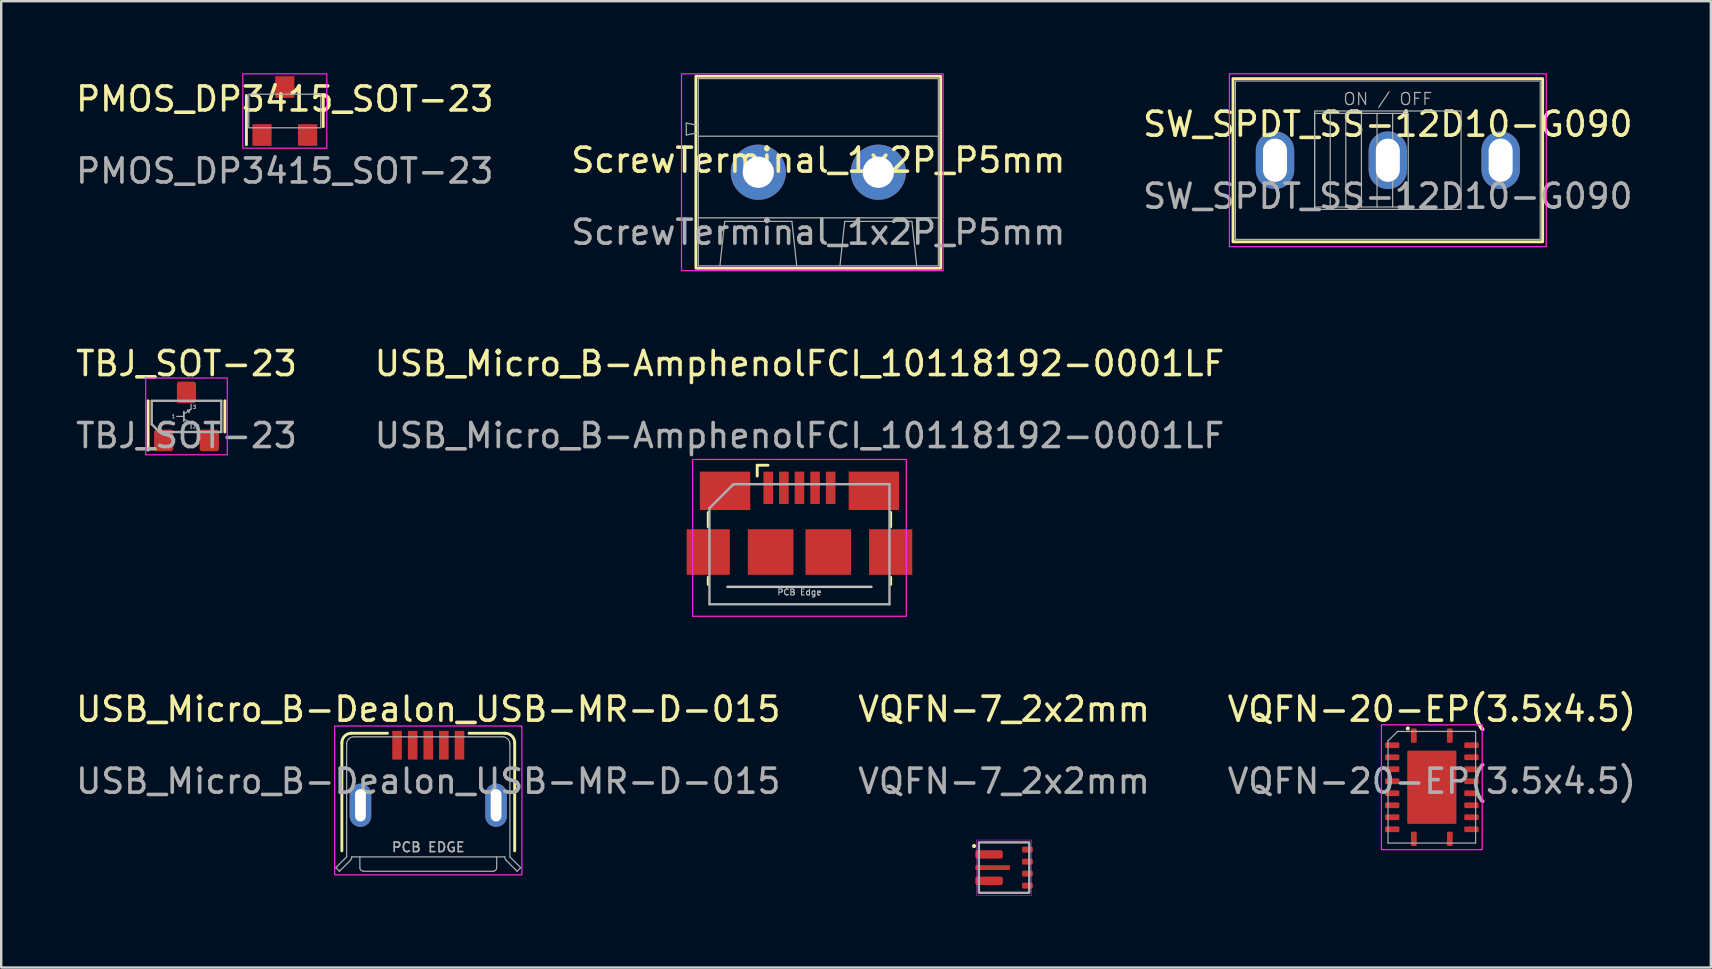
<source format=kicad_pcb>
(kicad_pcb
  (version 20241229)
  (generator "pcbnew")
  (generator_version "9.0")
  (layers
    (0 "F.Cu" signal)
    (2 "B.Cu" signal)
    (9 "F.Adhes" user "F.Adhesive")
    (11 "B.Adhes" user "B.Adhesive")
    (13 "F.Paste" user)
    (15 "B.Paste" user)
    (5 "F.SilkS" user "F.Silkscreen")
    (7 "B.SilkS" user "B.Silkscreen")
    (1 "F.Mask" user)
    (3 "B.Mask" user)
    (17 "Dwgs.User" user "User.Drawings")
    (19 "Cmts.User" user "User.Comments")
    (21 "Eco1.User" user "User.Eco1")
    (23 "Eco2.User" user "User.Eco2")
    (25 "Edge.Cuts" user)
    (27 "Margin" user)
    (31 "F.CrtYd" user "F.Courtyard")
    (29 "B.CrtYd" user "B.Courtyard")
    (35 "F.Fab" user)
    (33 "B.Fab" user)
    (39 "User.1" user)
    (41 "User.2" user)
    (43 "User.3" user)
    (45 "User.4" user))
  (footprint "USB_Micro_B-Dealon_USB-MR-D-015"
    (layer "F.Cu")
    (at 14.792 27.997)
    (property "Reference" "USB_Micro_B-Dealon_USB-MR-D-015" (at 0 -1.5 0) (unlocked yes) (layer "F.SilkS") (effects (font (size 1 1) (thickness 0.15))))
    (attr smd)
    (fp_line (start -3.6 -0.1) (end -3.6 4.4) (stroke (width 0.12) (type solid)) (layer "F.SilkS"))
    (fp_line (start -1.7 -0.5) (end -3.2 -0.5) (stroke (width 0.12) (type solid)) (layer "F.SilkS"))
    (fp_line (start 1.7 -0.5) (end 3.2 -0.5) (stroke (width 0.12) (type solid)) (layer "F.SilkS"))
    (fp_line (start 3.6 -0.1) (end 3.6 4.4) (stroke (width 0.12) (type solid)) (layer "F.SilkS"))
    (fp_arc (start -3.6 -0.1) (mid -3.482843 -0.382843) (end -3.2 -0.5) (stroke (width 0.12) (type solid)) (layer "F.SilkS"))
    (fp_arc (start 3.2 -0.5) (mid 3.482843 -0.382843) (end 3.6 -0.1) (stroke (width 0.12) (type solid)) (layer "F.SilkS"))
    (fp_rect (start -3.9 -0.8) (end 3.9 5.4) (stroke (width 0.05) (type solid)) (fill no) (layer "F.CrtYd"))
    (fp_line (start -3.7 5.25) (end -3.85 5.1) (stroke (width 0.05) (type solid)) (layer "F.Fab"))
    (fp_line (start -3.7 5.25) (end -3.25 4.8) (stroke (width 0.05) (type solid)) (layer "F.Fab"))
    (fp_line (start -3.4 -0.05) (end -3.4 4.65) (stroke (width 0.05) (type solid)) (layer "F.Fab"))
    (fp_line (start -3.4 4.65) (end -3.85 5.1) (stroke (width 0.05) (type solid)) (layer "F.Fab"))
    (fp_line (start -3.188 4.65) (end 3.188 4.65) (stroke (width 0.05) (type solid)) (layer "F.Fab"))
    (fp_line (start -3.1 -0.35) (end 3.1 -0.35) (stroke (width 0.05) (type solid)) (layer "F.Fab"))
    (fp_line (start -2.85 5.1) (end -2.85 4.65) (stroke (width 0.05) (type solid)) (layer "F.Fab"))
    (fp_line (start -2.7 5.25) (end 2.7 5.25) (stroke (width 0.05) (type solid)) (layer "F.Fab"))
    (fp_line (start 2.85 5.1) (end 2.85 4.65) (stroke (width 0.05) (type solid)) (layer "F.Fab"))
    (fp_line (start 3.4 -0.05) (end 3.4 4.65) (stroke (width 0.05) (type solid)) (layer "F.Fab"))
    (fp_line (start 3.4 4.65) (end 3.85 5.1) (stroke (width 0.05) (type solid)) (layer "F.Fab"))
    (fp_line (start 3.7 5.25) (end 3.25 4.8) (stroke (width 0.05) (type solid)) (layer "F.Fab"))
    (fp_line (start 3.7 5.25) (end 3.85 5.1) (stroke (width 0.05) (type solid)) (layer "F.Fab"))
    (fp_arc (start -3.4 -0.05) (mid -3.312132 -0.262132) (end -3.1 -0.35) (stroke (width 0.05) (type solid)) (layer "F.Fab"))
    (fp_arc (start -3.187861 4.649997) (mid -3.204009 4.73118) (end -3.249995 4.800005) (stroke (width 0.05) (type solid)) (layer "F.Fab"))
    (fp_arc (start -2.7 5.25) (mid -2.806066 5.206066) (end -2.85 5.1) (stroke (width 0.05) (type solid)) (layer "F.Fab"))
    (fp_arc (start 2.85 5.1) (mid 2.806066 5.206066) (end 2.7 5.25) (stroke (width 0.05) (type solid)) (layer "F.Fab"))
    (fp_arc (start 3.1 -0.35) (mid 3.312132 -0.262132) (end 3.4 -0.05) (stroke (width 0.05) (type solid)) (layer "F.Fab"))
    (fp_arc (start 3.25 4.8) (mid 3.204016 4.731179) (end 3.187868 4.65) (stroke (width 0.05) (type solid)) (layer "F.Fab"))
    (fp_text user "${REFERENCE}" (at 0 1.5 0) (unlocked yes) (layer "F.Fab") (effects (font (size 1 1) (thickness 0.15))))
    (fp_text user "PCB EDGE" (at 0 4.25 0) (unlocked yes) (layer "F.Fab") (effects (font (size 0.4 0.4) (thickness 0.07))))
    (pad "" np_thru_hole oval (at -2.825 2.5) (size 0.9 1.8) (drill oval 0.45 1.35) (layers "*.Cu" "*.Mask"))
    (pad "" np_thru_hole oval (at 2.825 2.5) (size 0.9 1.8) (drill oval 0.45 1.35) (layers "*.Cu" "*.Mask"))
    (pad "1" smd rect (at -1.3 0) (size 0.4 1.2) (layers "F.Cu" "F.Mask" "F.Paste"))
    (pad "2" smd rect (at -0.65 0) (size 0.4 1.2) (layers "F.Cu" "F.Mask" "F.Paste"))
    (pad "3" smd rect (at 0 0) (size 0.4 1.2) (layers "F.Cu" "F.Mask" "F.Paste"))
    (pad "4" smd rect (at 0.65 0) (size 0.4 1.2) (layers "F.Cu" "F.Mask" "F.Paste"))
    (pad "5" smd rect (at 1.3 0) (size 0.4 1.2) (layers "F.Cu" "F.Mask" "F.Paste")))
  (footprint "TBJ_SOT-23"
    (layer "F.Cu")
    (at 4.72 15.298)
    (property "Reference" "TBJ_SOT-23" (at 0 -3.2 0) (unlocked yes) (layer "F.SilkS") (effects (font (size 1 1) (thickness 0.15))))
    (attr smd)
    (fp_line (start -1.6 -1.65) (end -1.6 0.4) (stroke (width 0.12) (type solid)) (layer "F.SilkS"))
    (fp_line (start 1.6 -1.65) (end 1.6 -0.35) (stroke (width 0.12) (type solid)) (layer "F.SilkS"))
    (fp_rect (start -1.7 -2.6) (end 1.7 0.6) (stroke (width 0.05) (type solid)) (fill no) (layer "F.CrtYd"))
    (fp_line (start -1.45 -1.65) (end 1.45 -1.65) (stroke (width 0.1) (type solid)) (layer "F.Fab"))
    (fp_line (start -1.45 -0.675) (end -1.45 -1.65) (stroke (width 0.1) (type solid)) (layer "F.Fab"))
    (fp_line (start -1.125 -0.35) (end -1.45 -0.675) (stroke (width 0.1) (type solid)) (layer "F.Fab"))
    (fp_line (start -0.11 -1.2) (end -0.11 -0.8) (stroke (width 0.07) (type solid)) (layer "F.Fab"))
    (fp_line (start -0.11 -1.1) (end 0.19 -1.3) (stroke (width 0.05) (type solid)) (layer "F.Fab"))
    (fp_line (start -0.11 -1) (end -0.41 -1) (stroke (width 0.05) (type solid)) (layer "F.Fab"))
    (fp_line (start -0.11 -0.9) (end 0.19 -0.7) (stroke (width 0.05) (type solid)) (layer "F.Fab"))
    (fp_line (start 0.04 -1.26) (end 0.1 -1.175) (stroke (width 0.05) (type solid)) (layer "F.Fab"))
    (fp_line (start 0.1 -1.175) (end 0.13 -1.26) (stroke (width 0.05) (type solid)) (layer "F.Fab"))
    (fp_line (start 0.13 -1.26) (end 0.04 -1.26) (stroke (width 0.05) (type solid)) (layer "F.Fab"))
    (fp_line (start 0.19 -1.3) (end 0.19 -1.51) (stroke (width 0.05) (type solid)) (layer "F.Fab"))
    (fp_line (start 0.19 -0.7) (end 0.19 -0.49) (stroke (width 0.05) (type solid)) (layer "F.Fab"))
    (fp_line (start 1.45 -1.65) (end 1.45 -0.35) (stroke (width 0.1) (type solid)) (layer "F.Fab"))
    (fp_line (start 1.45 -0.35) (end -1.125 -0.35) (stroke (width 0.1) (type solid)) (layer "F.Fab"))
    (fp_text user "1" (at -0.54 -1 0) (unlocked yes) (layer "F.Fab") (effects (font (size 0.15 0.15) (thickness 0.03))))
    (fp_text user "3" (at 0.33 -1.39 0) (unlocked yes) (layer "F.Fab") (effects (font (size 0.15 0.15) (thickness 0.03))))
    (fp_text user "2" (at 0.33 -0.58 0) (unlocked yes) (layer "F.Fab") (effects (font (size 0.15 0.15) (thickness 0.03))))
    (fp_text user "${REFERENCE}" (at 0 -0.2 0) (unlocked yes) (layer "F.Fab") (effects (font (size 1 1) (thickness 0.15))))
    (pad "1" smd roundrect (at -0.95 0) (size 0.8 0.9) (layers "F.Cu" "F.Mask" "F.Paste") (roundrect_rratio 0.125))
    (pad "2" smd roundrect (at 0.95 0) (size 0.8 0.9) (layers "F.Cu" "F.Mask" "F.Paste") (roundrect_rratio 0.125))
    (pad "3" smd roundrect (at 0 -2) (size 0.8 0.9) (layers "F.Cu" "F.Mask" "F.Paste") (roundrect_rratio 0.125)))
  (footprint "VQFN-20-EP(3.5x4.5)"
    (layer "F.Cu")
    (at 56.601 29.747)
    (property "Reference" "VQFN-20-EP(3.5x4.5)" (at 0 -3.25 0) (unlocked yes) (layer "F.SilkS") (effects (font (size 1 1) (thickness 0.15))))
    (attr smd)
    (fp_circle (center -1 -2.45) (end -0.975 -2.45) (stroke (width 0.12) (type solid)) (fill yes) (layer "F.SilkS"))
    (fp_rect (start 2.1 2.6) (end -2.1 -2.6) (stroke (width 0.05) (type solid)) (fill no) (layer "F.CrtYd"))
    (fp_line (start -1.825 -1.93) (end -1.825 2.325) (stroke (width 0.05) (type solid)) (layer "F.Fab"))
    (fp_line (start -1.825 -1.93) (end -1.43 -2.325) (stroke (width 0.05) (type solid)) (layer "F.Fab"))
    (fp_line (start -1.825 2.325) (end 1.825 2.325) (stroke (width 0.05) (type solid)) (layer "F.Fab"))
    (fp_line (start 1.825 -2.325) (end -1.43 -2.325) (stroke (width 0.05) (type solid)) (layer "F.Fab"))
    (fp_line (start 1.825 2.325) (end 1.825 -2.325) (stroke (width 0.05) (type solid)) (layer "F.Fab"))
    (fp_text user "${REFERENCE}" (at 0 -0.25 0) (unlocked yes) (layer "F.Fab") (effects (font (size 1 1) (thickness 0.15))))
    (pad "1" smd roundrect (at -0.75 -2.15) (size 0.24 0.6) (layers "F.Cu" "F.Mask" "F.Paste") (roundrect_rratio 0.208))
    (pad "2" smd roundrect (at -1.65 -1.75) (size 0.6 0.24) (layers "F.Cu" "F.Mask" "F.Paste") (roundrect_rratio 0.208))
    (pad "3" smd roundrect (at -1.65 -1.25) (size 0.6 0.24) (layers "F.Cu" "F.Mask" "F.Paste") (roundrect_rratio 0.208))
    (pad "4" smd roundrect (at -1.65 -0.75) (size 0.6 0.24) (layers "F.Cu" "F.Mask" "F.Paste") (roundrect_rratio 0.208))
    (pad "5" smd roundrect (at -1.65 -0.25) (size 0.6 0.24) (layers "F.Cu" "F.Mask" "F.Paste") (roundrect_rratio 0.208))
    (pad "6" smd roundrect (at -1.65 0.25) (size 0.6 0.24) (layers "F.Cu" "F.Mask" "F.Paste") (roundrect_rratio 0.208))
    (pad "7" smd roundrect (at -1.65 0.75) (size 0.6 0.24) (layers "F.Cu" "F.Mask" "F.Paste") (roundrect_rratio 0.208))
    (pad "8" smd roundrect (at -1.65 1.25) (size 0.6 0.24) (layers "F.Cu" "F.Mask" "F.Paste") (roundrect_rratio 0.208))
    (pad "9" smd roundrect (at -1.65 1.75) (size 0.6 0.24) (layers "F.Cu" "F.Mask" "F.Paste") (roundrect_rratio 0.208))
    (pad "10" smd roundrect (at -0.75 2.15) (size 0.24 0.6) (layers "F.Cu" "F.Mask" "F.Paste") (roundrect_rratio 0.208))
    (pad "11" smd roundrect (at 0.75 2.15) (size 0.24 0.6) (layers "F.Cu" "F.Mask" "F.Paste") (roundrect_rratio 0.208))
    (pad "12" smd roundrect (at 1.65 1.75) (size 0.6 0.24) (layers "F.Cu" "F.Mask" "F.Paste") (roundrect_rratio 0.208))
    (pad "13" smd roundrect (at 1.65 1.25) (size 0.6 0.24) (layers "F.Cu" "F.Mask" "F.Paste") (roundrect_rratio 0.208))
    (pad "14" smd roundrect (at 1.65 0.75) (size 0.6 0.24) (layers "F.Cu" "F.Mask" "F.Paste") (roundrect_rratio 0.208))
    (pad "15" smd roundrect (at 1.65 0.25) (size 0.6 0.24) (layers "F.Cu" "F.Mask" "F.Paste") (roundrect_rratio 0.208))
    (pad "16" smd roundrect (at 1.65 -0.25) (size 0.6 0.24) (layers "F.Cu" "F.Mask" "F.Paste") (roundrect_rratio 0.208))
    (pad "17" smd roundrect (at 1.65 -0.75) (size 0.6 0.24) (layers "F.Cu" "F.Mask" "F.Paste") (roundrect_rratio 0.208))
    (pad "18" smd roundrect (at 1.65 -1.25) (size 0.6 0.24) (layers "F.Cu" "F.Mask" "F.Paste") (roundrect_rratio 0.208))
    (pad "19" smd roundrect (at 1.65 -1.75) (size 0.6 0.24) (layers "F.Cu" "F.Mask" "F.Paste") (roundrect_rratio 0.208))
    (pad "20" smd roundrect (at 0.75 -2.15) (size 0.24 0.6) (layers "F.Cu" "F.Mask" "F.Paste") (roundrect_rratio 0.208))
    (pad "21" smd roundrect (at 0 0) (size 2.05 3.05) (layers "F.Cu" "F.Mask" "F.Paste") (roundrect_rratio 0.024)))
  (footprint "ScrewTerminal_1x2P_P5mm"
    (layer "F.Cu")
    (at 31.042 4.125)
    (property "Reference" "ScrewTerminal_1x2P_P5mm" (at 0 -0.5 0) (unlocked yes) (layer "F.SilkS") (effects (font (size 1 1) (thickness 0.15))))
    (attr through_hole)
    (fp_rect (start 5.1 4) (end -5.1 -4) (stroke (width 0.12) (type solid)) (fill no) (layer "F.SilkS"))
    (fp_rect (start 5.2 4.1) (end -5.7 -4.1) (stroke (width 0.05) (type solid)) (fill no) (layer "F.CrtYd"))
    (fp_line (start -5.5 -2.05) (end -5 -1.95) (stroke (width 0.05) (type solid)) (layer "F.Fab"))
    (fp_line (start -5.5 -1.55) (end -5.5 -2.05) (stroke (width 0.05) (type solid)) (layer "F.Fab"))
    (fp_line (start -5.5 -1.55) (end -5 -1.65) (stroke (width 0.05) (type solid)) (layer "F.Fab"))
    (fp_line (start -5 -1.5) (end 5 -1.5) (stroke (width 0.05) (type solid)) (layer "F.Fab"))
    (fp_line (start -5 1.9) (end 5 1.9) (stroke (width 0.05) (type solid)) (layer "F.Fab"))
    (fp_line (start -4.1 3.9) (end -3.9 2.05) (stroke (width 0.05) (type solid)) (layer "F.Fab"))
    (fp_line (start -3.9 2.05) (end -1.1 2.05) (stroke (width 0.05) (type solid)) (layer "F.Fab"))
    (fp_line (start -1.1 2.05) (end -0.9 3.9) (stroke (width 0.05) (type solid)) (layer "F.Fab"))
    (fp_line (start 0.9 3.9) (end 1.1 2.05) (stroke (width 0.05) (type solid)) (layer "F.Fab"))
    (fp_line (start 1.1 2.05) (end 3.9 2.05) (stroke (width 0.05) (type solid)) (layer "F.Fab"))
    (fp_line (start 3.9 2.05) (end 4.1 3.9) (stroke (width 0.05) (type solid)) (layer "F.Fab"))
    (fp_rect (start -5 -3.9) (end 5 3.9) (stroke (width 0.05) (type solid)) (fill no) (layer "F.Fab"))
    (fp_text user "${REFERENCE}" (at 0 2.5 0) (unlocked yes) (layer "F.Fab") (effects (font (size 1 1) (thickness 0.15))))
    (pad "1" thru_hole circle (at -2.5 0) (size 2.3 2.3) (drill 1.3) (layers "*.Cu" "*.Mask"))
    (pad "2" thru_hole circle (at 2.5 0) (size 2.3 2.3) (drill 1.3) (layers "*.Cu" "*.Mask")))
  (footprint "VQFN-7_2x2mm"
    (layer "F.Cu")
    (at 38.78 33.096)
    (property "Reference" "VQFN-7_2x2mm" (at 0 -6.6 0) (unlocked yes) (layer "F.SilkS") (effects (font (size 1 1) (thickness 0.15))))
    (attr smd)
    (fp_circle (center -1.25 -0.9) (end -1.17 -0.9) (stroke (width 0.01) (type solid)) (fill yes) (layer "F.SilkS"))
    (fp_rect (start -1.15 -1.15) (end 1.15 1.15) (stroke (width 0.02) (type solid)) (fill no) (layer "F.CrtYd"))
    (fp_rect (start -1.05 -1.05) (end 1.05 1.05) (stroke (width 0.1) (type solid)) (fill no) (layer "F.Fab"))
    (fp_text user "${REFERENCE}" (at 0 -3.6 0) (unlocked yes) (layer "F.Fab") (effects (font (size 1 1) (thickness 0.15))))
    (pad "1" smd roundrect (at -0.625 -0.55) (size 1.15 0.35) (layers "F.Cu" "F.Mask" "F.Paste") (roundrect_rratio 0.25))
    (pad "2" smd roundrect (at -0.475 0) (size 1.45 0.2) (layers "F.Cu" "F.Mask" "F.Paste") (roundrect_rratio 0.25))
    (pad "3" smd roundrect (at -0.625 0.55) (size 1.15 0.35) (layers "F.Cu" "F.Mask" "F.Paste") (roundrect_rratio 0.25))
    (pad "4" smd roundrect (at 0.975 0.75) (size 0.45 0.25) (layers "F.Cu" "F.Mask" "F.Paste") (roundrect_rratio 0.25))
    (pad "5" smd roundrect (at 0.975 0.25) (size 0.45 0.25) (layers "F.Cu" "F.Mask" "F.Paste") (roundrect_rratio 0.25))
    (pad "6" smd roundrect (at 0.975 -0.25) (size 0.45 0.25) (layers "F.Cu" "F.Mask" "F.Paste") (roundrect_rratio 0.25))
    (pad "7" smd roundrect (at 0.975 -0.75) (size 0.45 0.25) (layers "F.Cu" "F.Mask" "F.Paste") (roundrect_rratio 0.25)))
  (footprint "SW_SPDT_SS-12D10-G090"
    (layer "F.Cu")
    (at 54.768 3.625)
    (property "Reference" "SW_SPDT_SS-12D10-G090" (at 0 -1.5 0) (unlocked yes) (layer "F.SilkS") (effects (font (size 1 1) (thickness 0.15))))
    (attr through_hole)
    (fp_rect (start -6.45 -3.4) (end 6.45 3.4) (stroke (width 0.12) (type solid)) (fill no) (layer "F.SilkS"))
    (fp_rect (start -6.6 -3.6) (end 6.6 3.6) (stroke (width 0.05) (type solid)) (fill no) (layer "F.CrtYd"))
    (fp_line (start -2.4 -1.95) (end -2.4 1.95) (stroke (width 0.05) (type solid)) (layer "F.Fab"))
    (fp_line (start -1.75 -1.95) (end -1.75 1.95) (stroke (width 0.05) (type solid)) (layer "F.Fab"))
    (fp_line (start -1.1 -1.95) (end -1.1 1.95) (stroke (width 0.05) (type solid)) (layer "F.Fab"))
    (fp_line (start -0.45 -1.95) (end -0.45 1.95) (stroke (width 0.05) (type solid)) (layer "F.Fab"))
    (fp_line (start 0.2 -1.95) (end 0.2 1.95) (stroke (width 0.05) (type solid)) (layer "F.Fab"))
    (fp_rect (start -6.35 -3.3) (end 6.35 3.3) (stroke (width 0.05) (type solid)) (fill no) (layer "F.Fab"))
    (fp_rect (start -3.05 -2.05) (end 3.05 2.05) (stroke (width 0.05) (type solid)) (fill no) (layer "F.Fab"))
    (fp_rect (start -3.05 -1.95) (end 0.85 1.95) (stroke (width 0.05) (type solid)) (fill no) (layer "F.Fab"))
    (fp_text user "ON / OFF" (at 0 -2.55 0) (unlocked yes) (layer "F.Fab") (effects (font (size 0.5 0.5) (thickness 0.05))))
    (fp_text user "${REFERENCE}" (at 0 1.5 0) (unlocked yes) (layer "F.Fab") (effects (font (size 1 1) (thickness 0.15))))
    (pad "1" thru_hole oval (at -4.7 0) (size 1.6 2.4) (drill oval 1 1.8) (layers "*.Cu" "*.Mask"))
    (pad "2" thru_hole oval (at 0 0) (size 1.6 2.4) (drill oval 1 1.8) (layers "*.Cu" "*.Mask"))
    (pad "3" thru_hole oval (at 4.7 0) (size 1.6 2.4) (drill oval 1 1.8) (layers "*.Cu" "*.Mask")))
  (footprint "PMOS_DP3415_SOT-23"
    (layer "F.Cu")
    (at 8.815 1.575)
    (property "Reference" "PMOS_DP3415_SOT-23" (at 0 -0.5 0) (unlocked yes) (layer "F.SilkS") (effects (font (size 1 1) (thickness 0.15))))
    (attr smd)
    (fp_line (start -1.6 1.4) (end -1.6 -0.65) (stroke (width 0.12) (type solid)) (layer "F.SilkS"))
    (fp_line (start 1.6 0.65) (end 1.6 -0.65) (stroke (width 0.12) (type solid)) (layer "F.SilkS"))
    (fp_rect (start -1.75 -1.55) (end 1.75 1.55) (stroke (width 0.05) (type solid)) (fill no) (layer "F.CrtYd"))
    (fp_rect (start -1.5 -0.7) (end 1.5 0.7) (stroke (width 0.05) (type solid)) (fill no) (layer "F.Fab"))
    (fp_text user "${REFERENCE}" (at 0 2.5 0) (unlocked yes) (layer "F.Fab") (effects (font (size 1 1) (thickness 0.15))))
    (pad "1" smd rect (at -0.95 1) (size 0.8 0.9) (layers "F.Cu" "F.Mask" "F.Paste"))
    (pad "2" smd rect (at 0.95 1) (size 0.8 0.9) (layers "F.Cu" "F.Mask" "F.Paste"))
    (pad "3" smd rect (at 0 -1) (size 0.8 0.9) (layers "F.Cu" "F.Mask" "F.Paste")))
  (footprint "USB_Micro_B-AmphenolFCI_10118192-0001LF"
    (layer "F.Cu")
    (at 30.256 19.948)
    (property "Reference" "USB_Micro_B-AmphenolFCI_10118192-0001LF" (at 0 -7.85 0) (unlocked yes) (layer "F.SilkS") (effects (font (size 1 1) (thickness 0.15))))
    (attr smd)
    (fp_line (start -3.8 -1.05) (end -3.8 -1.65) (stroke (width 0.12) (type solid)) (layer "F.SilkS"))
    (fp_line (start -3.8 1.35) (end -3.8 1.05) (stroke (width 0.12) (type solid)) (layer "F.SilkS"))
    (fp_line (start -1.76 -3.165) (end -1.76 -3.615) (stroke (width 0.12) (type solid)) (layer "F.SilkS"))
    (fp_line (start -1.31 -3.615) (end -1.76 -3.615) (stroke (width 0.12) (type solid)) (layer "F.SilkS"))
    (fp_line (start 3.8 -1.05) (end 3.8 -1.65) (stroke (width 0.12) (type solid)) (layer "F.SilkS"))
    (fp_line (start 3.8 1.35) (end 3.8 1.05) (stroke (width 0.12) (type solid)) (layer "F.SilkS"))
    (fp_line (start 3 1.45) (end -3 1.45) (stroke (width 0.1) (type solid)) (layer "Dwgs.User"))
    (fp_line (start -4.45 -3.855) (end -4.45 2.675) (stroke (width 0.05) (type solid)) (layer "F.CrtYd"))
    (fp_line (start -4.45 -3.855) (end 4.45 -3.855) (stroke (width 0.05) (type solid)) (layer "F.CrtYd"))
    (fp_line (start -4.45 2.675) (end 4.45 2.675) (stroke (width 0.05) (type solid)) (layer "F.CrtYd"))
    (fp_line (start 4.45 -3.855) (end 4.45 2.675) (stroke (width 0.05) (type solid)) (layer "F.CrtYd"))
    (fp_line (start -3.75 -1.825) (end -2.75 -2.825) (stroke (width 0.1) (type solid)) (layer "F.Fab"))
    (fp_line (start -3.75 2.175) (end -3.75 -1.825) (stroke (width 0.1) (type solid)) (layer "F.Fab"))
    (fp_line (start -2.75 -2.825) (end 3.75 -2.825) (stroke (width 0.1) (type solid)) (layer "F.Fab"))
    (fp_line (start 3.75 -2.825) (end 3.75 2.175) (stroke (width 0.1) (type solid)) (layer "F.Fab"))
    (fp_line (start 3.75 2.175) (end -3.75 2.175) (stroke (width 0.1) (type solid)) (layer "F.Fab"))
    (fp_text user "PCB Edge" (at 0 1.675 0) (layer "Dwgs.User") (effects (font (size 0.25 0.25) (thickness 0.04))))
    (fp_text user "${REFERENCE}" (at 0 -4.85 0) (unlocked yes) (layer "F.Fab") (effects (font (size 1 1) (thickness 0.15))))
    (pad "1" smd rect (at -1.3 -2.675) (size 0.4 1.35) (layers "F.Cu" "F.Mask" "F.Paste"))
    (pad "2" smd rect (at -0.65 -2.675) (size 0.4 1.35) (layers "F.Cu" "F.Mask" "F.Paste"))
    (pad "3" smd rect (at 0 -2.675) (size 0.4 1.35) (layers "F.Cu" "F.Mask" "F.Paste"))
    (pad "4" smd rect (at 0.65 -2.675) (size 0.4 1.35) (layers "F.Cu" "F.Mask" "F.Paste"))
    (pad "5" smd rect (at 1.3 -2.675) (size 0.4 1.35) (layers "F.Cu" "F.Mask" "F.Paste"))
    (pad "6" smd rect (at -3.8 0) (size 1.8 1.9) (layers "F.Cu" "F.Mask" "F.Paste"))
    (pad "6" smd rect (at -3.1 -2.55) (size 2.1 1.6) (layers "F.Cu" "F.Mask" "F.Paste"))
    (pad "6" smd rect (at -1.2 0) (size 1.9 1.9) (layers "F.Cu" "F.Mask" "F.Paste"))
    (pad "6" smd rect (at 1.2 0) (size 1.9 1.9) (layers "F.Cu" "F.Mask" "F.Paste"))
    (pad "6" smd rect (at 3.1 -2.55) (size 2.1 1.6) (layers "F.Cu" "F.Mask" "F.Paste"))
    (pad "6" smd rect (at 3.8 0) (size 1.8 1.9) (layers "F.Cu" "F.Mask" "F.Paste")))
  (gr_rect
    (start -3 -3)
    (end 68.226 37.257)
    (stroke (width 0.1) (type default))
    (fill no)
    (layer "Edge.Cuts")))
</source>
